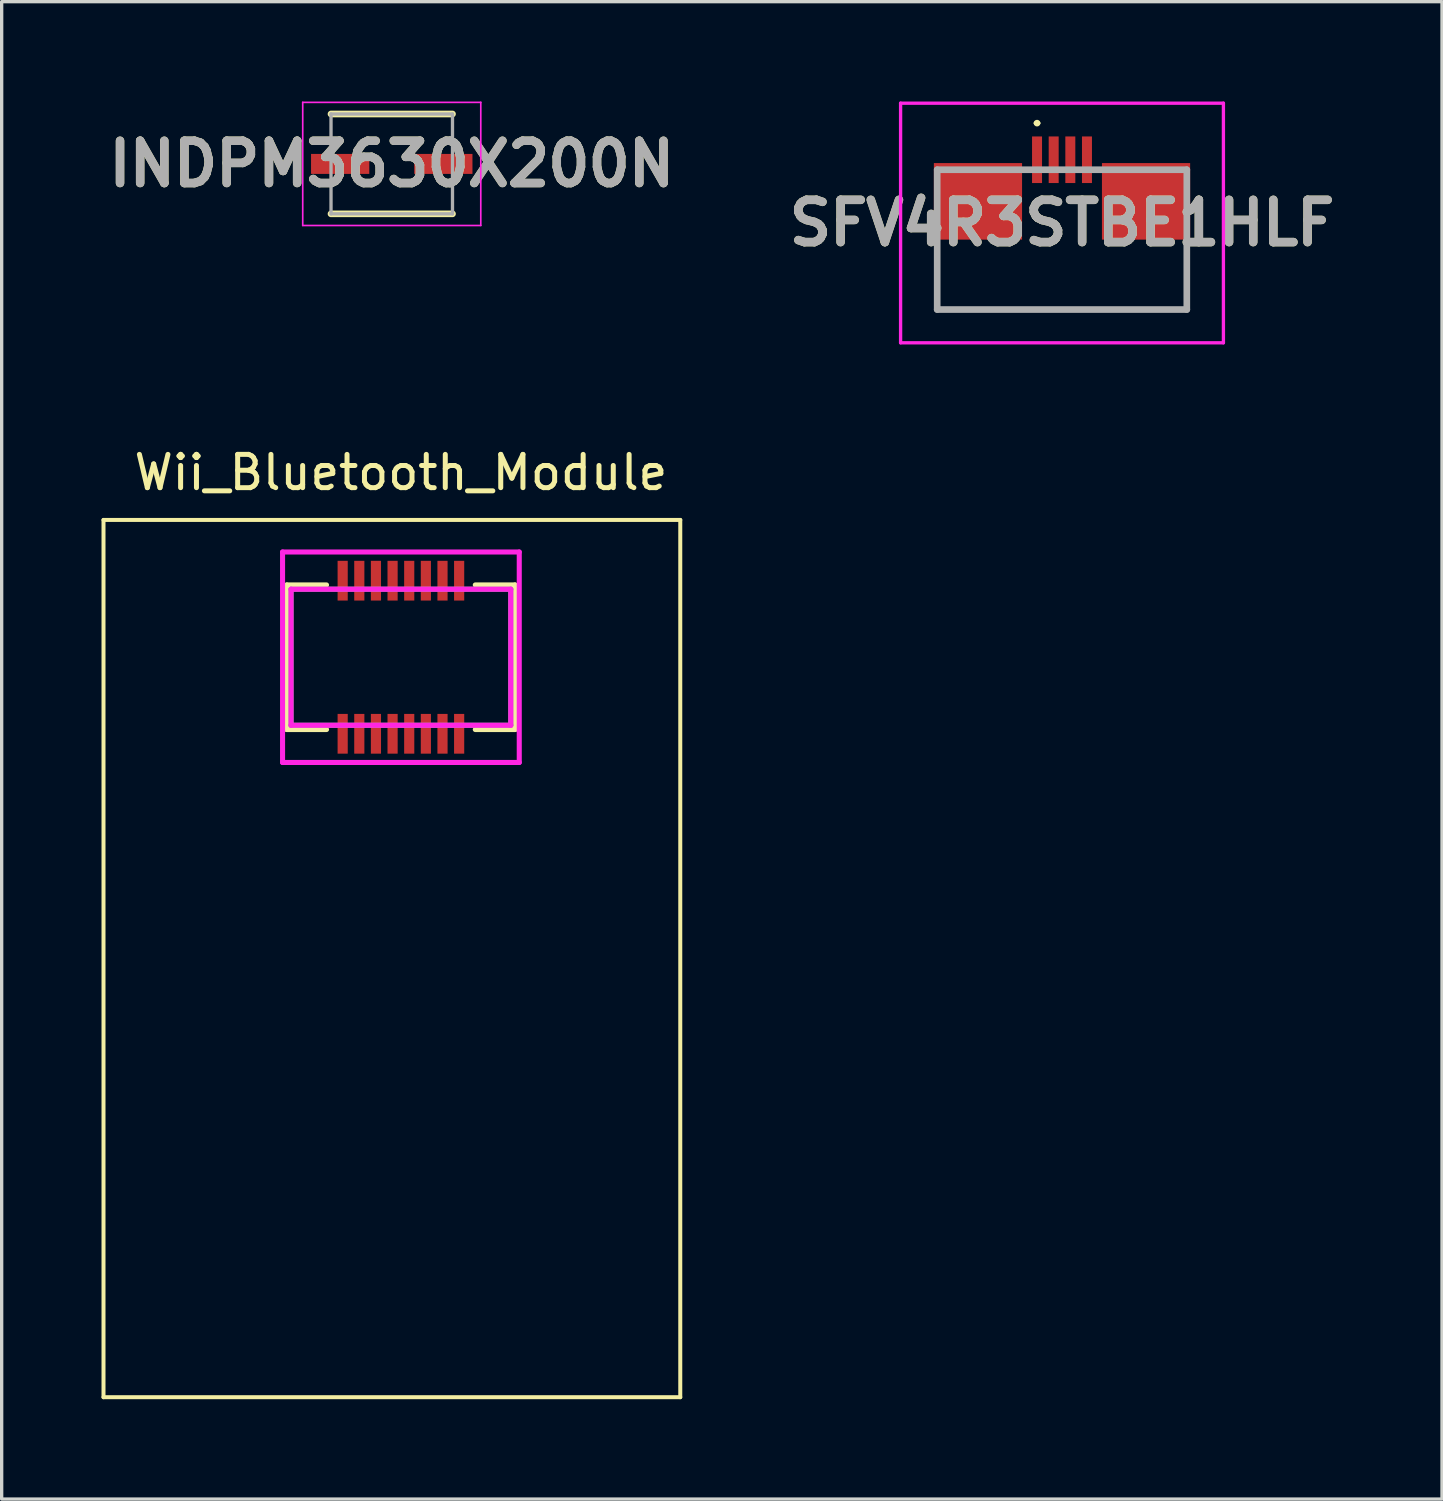
<source format=kicad_pcb>
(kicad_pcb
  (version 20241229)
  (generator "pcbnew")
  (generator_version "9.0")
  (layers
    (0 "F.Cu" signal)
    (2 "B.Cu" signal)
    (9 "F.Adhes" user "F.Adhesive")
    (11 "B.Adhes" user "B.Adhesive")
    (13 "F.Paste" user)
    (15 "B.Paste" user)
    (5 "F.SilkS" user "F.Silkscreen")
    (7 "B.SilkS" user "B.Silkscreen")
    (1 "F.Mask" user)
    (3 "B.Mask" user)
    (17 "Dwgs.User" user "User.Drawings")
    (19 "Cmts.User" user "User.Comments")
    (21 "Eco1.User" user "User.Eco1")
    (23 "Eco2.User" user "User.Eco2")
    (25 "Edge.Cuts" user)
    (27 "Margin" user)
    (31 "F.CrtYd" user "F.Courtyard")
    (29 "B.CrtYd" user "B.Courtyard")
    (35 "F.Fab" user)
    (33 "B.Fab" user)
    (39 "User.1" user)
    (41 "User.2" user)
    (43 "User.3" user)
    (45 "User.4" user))
  (footprint "INDPM3630X200N"
    (layer "F.Cu")
    (at 8.721 1.875)
    (property "Reference" "INDPM3630X200N" (at 0 0 0) (layer "F.SilkS") (effects (font (size 1.27 1.27) (thickness 0.254))))
    (attr smd)
    (fp_line (start -1.825 1.5) (end 1.825 1.5) (stroke (width 0.2) (type solid)) (layer "F.SilkS"))
    (fp_line (start 1.825 -1.5) (end -1.825 -1.5) (stroke (width 0.2) (type solid)) (layer "F.SilkS"))
    (fp_line (start -2.675 -1.85) (end 2.675 -1.85) (stroke (width 0.05) (type solid)) (layer "F.CrtYd"))
    (fp_line (start -2.675 1.85) (end -2.675 -1.85) (stroke (width 0.05) (type solid)) (layer "F.CrtYd"))
    (fp_line (start 2.675 -1.85) (end 2.675 1.85) (stroke (width 0.05) (type solid)) (layer "F.CrtYd"))
    (fp_line (start 2.675 1.85) (end -2.675 1.85) (stroke (width 0.05) (type solid)) (layer "F.CrtYd"))
    (fp_line (start -1.825 -1.5) (end 1.825 -1.5) (stroke (width 0.1) (type solid)) (layer "F.Fab"))
    (fp_line (start -1.825 1.5) (end -1.825 -1.5) (stroke (width 0.1) (type solid)) (layer "F.Fab"))
    (fp_line (start 1.825 -1.5) (end 1.825 1.5) (stroke (width 0.1) (type solid)) (layer "F.Fab"))
    (fp_line (start 1.825 1.5) (end -1.825 1.5) (stroke (width 0.1) (type solid)) (layer "F.Fab"))
    (fp_text user "${REFERENCE}" (at 0 0 0) (layer "F.Fab") (effects (font (size 1.27 1.27) (thickness 0.254))))
    (pad "1" smd rect (at -1.55 0 90) (size 0.6 1.75) (layers "F.Cu" "F.Mask" "F.Paste"))
    (pad "2" smd rect (at 1.55 0 90) (size 0.6 1.75) (layers "F.Cu" "F.Mask" "F.Paste")))
  (footprint "Wii_Bluetooth_Module"
    (layer "F.Cu")
    (at 8.996 26.388)
    (property "Reference" "Wii_Bluetooth_Module" (at 0 -15.24 0) (layer "F.SilkS") (effects (font (size 1 1) (thickness 0.15))))
    (attr through_hole)
    (fp_line (start -8.936 -13.816) (end -8.936 12.544) (stroke (width 0.12) (type solid)) (layer "F.SilkS"))
    (fp_line (start -8.936 -13.816) (end 8.394 -13.816) (stroke (width 0.12) (type solid)) (layer "F.SilkS"))
    (fp_line (start -3.429 -11.862) (end -3.429 -7.518) (stroke (width 0.152) (type solid)) (layer "F.SilkS"))
    (fp_line (start -3.429 -7.518) (end -2.235 -7.518) (stroke (width 0.152) (type solid)) (layer "F.SilkS"))
    (fp_line (start -2.235 -11.862) (end -3.429 -11.862) (stroke (width 0.152) (type solid)) (layer "F.SilkS"))
    (fp_line (start 2.235 -7.518) (end 3.429 -7.518) (stroke (width 0.152) (type solid)) (layer "F.SilkS"))
    (fp_line (start 3.429 -11.862) (end 2.235 -11.862) (stroke (width 0.152) (type solid)) (layer "F.SilkS"))
    (fp_line (start 3.429 -7.518) (end 3.429 -11.862) (stroke (width 0.152) (type solid)) (layer "F.SilkS"))
    (fp_line (start 8.394 -13.816) (end 8.394 12.544) (stroke (width 0.12) (type solid)) (layer "F.SilkS"))
    (fp_line (start 8.394 12.544) (end -8.936 12.544) (stroke (width 0.12) (type solid)) (layer "F.SilkS"))
    (fp_line (start -3.556 -12.852) (end -3.556 -6.528) (stroke (width 0.152) (type solid)) (layer "F.CrtYd"))
    (fp_line (start -3.556 -6.528) (end 3.556 -6.528) (stroke (width 0.152) (type solid)) (layer "F.CrtYd"))
    (fp_line (start -3.302 -11.735) (end -3.302 -7.645) (stroke (width 0.152) (type solid)) (layer "F.CrtYd"))
    (fp_line (start -3.302 -7.645) (end 3.302 -7.645) (stroke (width 0.152) (type solid)) (layer "F.CrtYd"))
    (fp_line (start 3.302 -11.735) (end -3.302 -11.735) (stroke (width 0.152) (type solid)) (layer "F.CrtYd"))
    (fp_line (start 3.302 -7.645) (end 3.302 -11.735) (stroke (width 0.152) (type solid)) (layer "F.CrtYd"))
    (fp_line (start 3.556 -12.852) (end -3.556 -12.852) (stroke (width 0.152) (type solid)) (layer "F.CrtYd"))
    (fp_line (start 3.556 -6.528) (end 3.556 -12.852) (stroke (width 0.152) (type solid)) (layer "F.CrtYd"))
    (fp_line (start -3.302 -11.735) (end -3.302 -7.645) (stroke (width 0.152) (type solid)) (layer "F.Fab"))
    (fp_line (start -3.302 -7.645) (end 3.302 -7.645) (stroke (width 0.152) (type solid)) (layer "F.Fab"))
    (fp_line (start 3.302 -11.735) (end -3.302 -11.735) (stroke (width 0.152) (type solid)) (layer "F.Fab"))
    (fp_line (start 3.302 -7.645) (end 3.302 -11.735) (stroke (width 0.152) (type solid)) (layer "F.Fab"))
    (pad "1" smd rect (at -1.75 -11.99) (size 0.305 1.194) (layers "F.Cu" "F.Mask" "F.Paste"))
    (pad "2" smd rect (at -1.25 -11.99) (size 0.305 1.194) (layers "F.Cu" "F.Mask" "F.Paste"))
    (pad "3" smd rect (at -0.75 -11.99) (size 0.305 1.194) (layers "F.Cu" "F.Mask" "F.Paste"))
    (pad "4" smd rect (at -0.25 -11.99) (size 0.305 1.194) (layers "F.Cu" "F.Mask" "F.Paste"))
    (pad "5" smd rect (at 0.25 -11.99) (size 0.305 1.194) (layers "F.Cu" "F.Mask" "F.Paste"))
    (pad "6" smd rect (at 0.75 -11.99) (size 0.305 1.194) (layers "F.Cu" "F.Mask" "F.Paste"))
    (pad "7" smd rect (at 1.25 -11.99) (size 0.305 1.194) (layers "F.Cu" "F.Mask" "F.Paste"))
    (pad "8" smd rect (at 1.75 -11.99) (size 0.305 1.194) (layers "F.Cu" "F.Mask" "F.Paste"))
    (pad "9" smd rect (at 1.75 -7.39) (size 0.305 1.194) (layers "F.Cu" "F.Mask" "F.Paste"))
    (pad "10" smd rect (at 1.25 -7.39) (size 0.305 1.194) (layers "F.Cu" "F.Mask" "F.Paste"))
    (pad "11" smd rect (at 0.75 -7.39) (size 0.305 1.194) (layers "F.Cu" "F.Mask" "F.Paste"))
    (pad "12" smd rect (at 0.25 -7.39) (size 0.305 1.194) (layers "F.Cu" "F.Mask" "F.Paste"))
    (pad "13" smd rect (at -0.25 -7.39) (size 0.305 1.194) (layers "F.Cu" "F.Mask" "F.Paste"))
    (pad "14" smd rect (at -0.75 -7.39) (size 0.305 1.194) (layers "F.Cu" "F.Mask" "F.Paste"))
    (pad "15" smd rect (at -1.25 -7.39) (size 0.305 1.194) (layers "F.Cu" "F.Mask" "F.Paste"))
    (pad "16" smd rect (at -1.75 -7.39) (size 0.305 1.194) (layers "F.Cu" "F.Mask" "F.Paste")))
  (footprint "SFV4R3STBE1HLF"
    (layer "F.Cu")
    (at 28.86 2.05)
    (property "Reference" "SFV4R3STBE1HLF" (at 0 1.6 0) (layer "F.SilkS") (effects (font (size 1.27 1.27) (thickness 0.254))))
    (attr smd)
    (fp_line (start -3.75 2.5) (end -3.75 4.2) (stroke (width 0.1) (type solid)) (layer "F.SilkS"))
    (fp_line (start -3.75 4.2) (end 3.75 4.2) (stroke (width 0.1) (type solid)) (layer "F.SilkS"))
    (fp_line (start -0.8 -1.4) (end -0.8 -1.4) (stroke (width 0.1) (type solid)) (layer "F.SilkS"))
    (fp_line (start -0.7 -1.4) (end -0.7 -1.4) (stroke (width 0.1) (type solid)) (layer "F.SilkS"))
    (fp_line (start 3.75 4.2) (end 3.75 2.5) (stroke (width 0.1) (type solid)) (layer "F.SilkS"))
    (fp_arc (start -0.8 -1.4) (mid -0.75 -1.45) (end -0.7 -1.4) (stroke (width 0.1) (type solid)) (layer "F.SilkS"))
    (fp_arc (start -0.7 -1.4) (mid -0.75 -1.35) (end -0.8 -1.4) (stroke (width 0.1) (type solid)) (layer "F.SilkS"))
    (fp_line (start -4.85 -2) (end 4.85 -2) (stroke (width 0.1) (type solid)) (layer "F.CrtYd"))
    (fp_line (start -4.85 5.2) (end -4.85 -2) (stroke (width 0.1) (type solid)) (layer "F.CrtYd"))
    (fp_line (start 4.85 -2) (end 4.85 5.2) (stroke (width 0.1) (type solid)) (layer "F.CrtYd"))
    (fp_line (start 4.85 5.2) (end -4.85 5.2) (stroke (width 0.1) (type solid)) (layer "F.CrtYd"))
    (fp_line (start -3.75 0) (end 3.75 0) (stroke (width 0.2) (type solid)) (layer "F.Fab"))
    (fp_line (start -3.75 4.2) (end -3.75 0) (stroke (width 0.2) (type solid)) (layer "F.Fab"))
    (fp_line (start 3.75 0) (end 3.75 4.2) (stroke (width 0.2) (type solid)) (layer "F.Fab"))
    (fp_line (start 3.75 4.2) (end -3.75 4.2) (stroke (width 0.2) (type solid)) (layer "F.Fab"))
    (fp_text user "${REFERENCE}" (at 0 1.6 0) (layer "F.Fab") (effects (font (size 1.27 1.27) (thickness 0.254))))
    (pad "1" smd rect (at -0.75 -0.3) (size 0.3 1.4) (layers "F.Cu" "F.Mask" "F.Paste"))
    (pad "2" smd rect (at -0.25 -0.3) (size 0.3 1.4) (layers "F.Cu" "F.Mask" "F.Paste"))
    (pad "3" smd rect (at 0.25 -0.3) (size 0.3 1.4) (layers "F.Cu" "F.Mask" "F.Paste"))
    (pad "4" smd rect (at 0.75 -0.3) (size 0.3 1.4) (layers "F.Cu" "F.Mask" "F.Paste"))
    (pad "MP" smd rect (at -2.525 0.95 90) (size 2.3 2.65) (layers "F.Cu" "F.Mask" "F.Paste"))
    (pad "MP" smd rect (at 2.525 0.95 90) (size 2.3 2.65) (layers "F.Cu" "F.Mask" "F.Paste")))
  (gr_rect
    (start -3 -3)
    (end 40.278 41.992)
    (stroke (width 0.1) (type default))
    (fill no)
    (layer "Edge.Cuts")))
</source>
